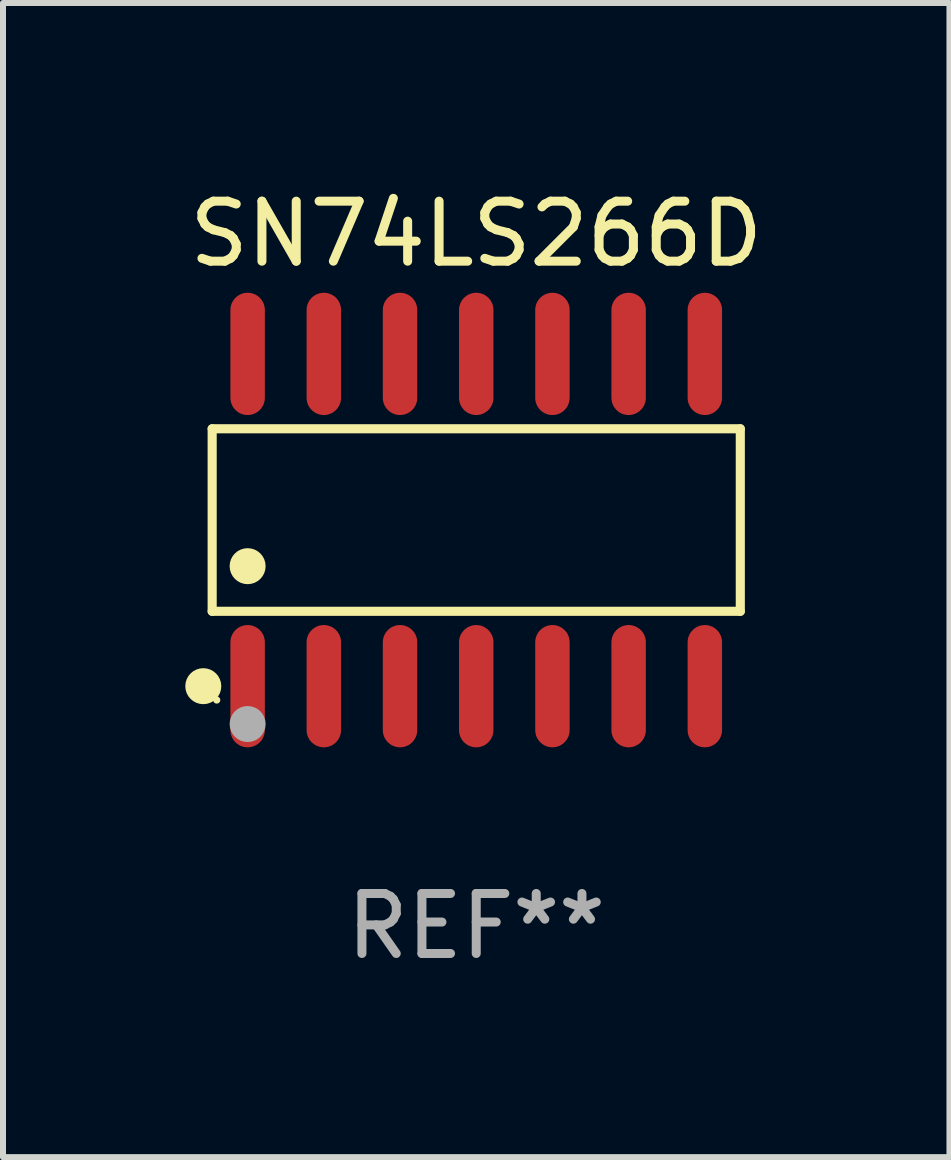
<source format=kicad_pcb>
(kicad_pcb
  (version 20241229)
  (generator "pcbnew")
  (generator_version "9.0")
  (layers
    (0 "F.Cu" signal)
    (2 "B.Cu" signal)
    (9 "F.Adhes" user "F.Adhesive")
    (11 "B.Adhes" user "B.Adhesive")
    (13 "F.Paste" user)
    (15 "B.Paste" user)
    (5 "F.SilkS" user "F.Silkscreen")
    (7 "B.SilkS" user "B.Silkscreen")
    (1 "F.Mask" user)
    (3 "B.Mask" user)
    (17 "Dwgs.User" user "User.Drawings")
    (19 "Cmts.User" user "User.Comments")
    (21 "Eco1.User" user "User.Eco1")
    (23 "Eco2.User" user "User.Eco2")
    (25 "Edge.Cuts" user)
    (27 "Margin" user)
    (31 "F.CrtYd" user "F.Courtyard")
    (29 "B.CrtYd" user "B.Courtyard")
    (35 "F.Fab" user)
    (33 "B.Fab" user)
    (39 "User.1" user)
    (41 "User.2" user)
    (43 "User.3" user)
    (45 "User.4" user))
  (footprint "SN74LS266D"
    (layer "F.Cu")
    (at 4.887 5.617)
    (property "Reference" "SN74LS266D" (at 0 -4.769 0) (layer "F.SilkS") (effects (font (size 1 1) (thickness 0.15))))
    (attr through_hole)
    (fp_line (start -4.401 -1.521) (end 4.401 -1.521) (stroke (width 0.152) (type solid)) (layer "F.SilkS"))
    (fp_line (start -4.401 1.521) (end -4.401 -1.521) (stroke (width 0.152) (type solid)) (layer "F.SilkS"))
    (fp_line (start 4.401 -1.521) (end 4.401 1.521) (stroke (width 0.152) (type solid)) (layer "F.SilkS"))
    (fp_line (start 4.401 1.521) (end -4.401 1.521) (stroke (width 0.152) (type solid)) (layer "F.SilkS"))
    (fp_circle (center -4.549 2.769) (end -4.399 2.769) (stroke (width 0.3) (type solid)) (fill no) (layer "F.SilkS"))
    (fp_circle (center -4.325 3) (end -4.295 3) (stroke (width 0.06) (type solid)) (fill no) (layer "F.SilkS"))
    (fp_circle (center -3.81 0.769) (end -3.66 0.769) (stroke (width 0.3) (type solid)) (fill no) (layer "F.SilkS"))
    (fp_circle (center -3.81 3.4) (end -3.66 3.4) (stroke (width 0.3) (type solid)) (fill no) (layer "F.Fab"))
    (fp_text user "REF**" (at 0 6.769 0) (layer "F.Fab") (effects (font (size 1 1) (thickness 0.15))))
    (pad "1" smd oval (at -3.81 2.769) (size 0.574 2.038) (layers "F.Cu" "F.Mask" "F.Paste"))
    (pad "2" smd oval (at -2.54 2.769) (size 0.574 2.038) (layers "F.Cu" "F.Mask" "F.Paste"))
    (pad "3" smd oval (at -1.27 2.769) (size 0.574 2.038) (layers "F.Cu" "F.Mask" "F.Paste"))
    (pad "4" smd oval (at 0 2.769) (size 0.574 2.038) (layers "F.Cu" "F.Mask" "F.Paste"))
    (pad "5" smd oval (at 1.27 2.769) (size 0.574 2.038) (layers "F.Cu" "F.Mask" "F.Paste"))
    (pad "6" smd oval (at 2.54 2.769) (size 0.574 2.038) (layers "F.Cu" "F.Mask" "F.Paste"))
    (pad "7" smd oval (at 3.81 2.769) (size 0.574 2.038) (layers "F.Cu" "F.Mask" "F.Paste"))
    (pad "8" smd oval (at 3.81 -2.769) (size 0.574 2.038) (layers "F.Cu" "F.Mask" "F.Paste"))
    (pad "9" smd oval (at 2.54 -2.769) (size 0.574 2.038) (layers "F.Cu" "F.Mask" "F.Paste"))
    (pad "10" smd oval (at 1.27 -2.769) (size 0.574 2.038) (layers "F.Cu" "F.Mask" "F.Paste"))
    (pad "11" smd oval (at 0 -2.769) (size 0.574 2.038) (layers "F.Cu" "F.Mask" "F.Paste"))
    (pad "12" smd oval (at -1.27 -2.769) (size 0.574 2.038) (layers "F.Cu" "F.Mask" "F.Paste"))
    (pad "13" smd oval (at -2.54 -2.769) (size 0.574 2.038) (layers "F.Cu" "F.Mask" "F.Paste"))
    (pad "14" smd oval (at -3.81 -2.769) (size 0.574 2.038) (layers "F.Cu" "F.Mask" "F.Paste")))
  (gr_rect
    (start -3 -3)
    (end 12.774 16.235)
    (stroke (width 0.1) (type default))
    (fill no)
    (layer "Edge.Cuts")))
</source>
